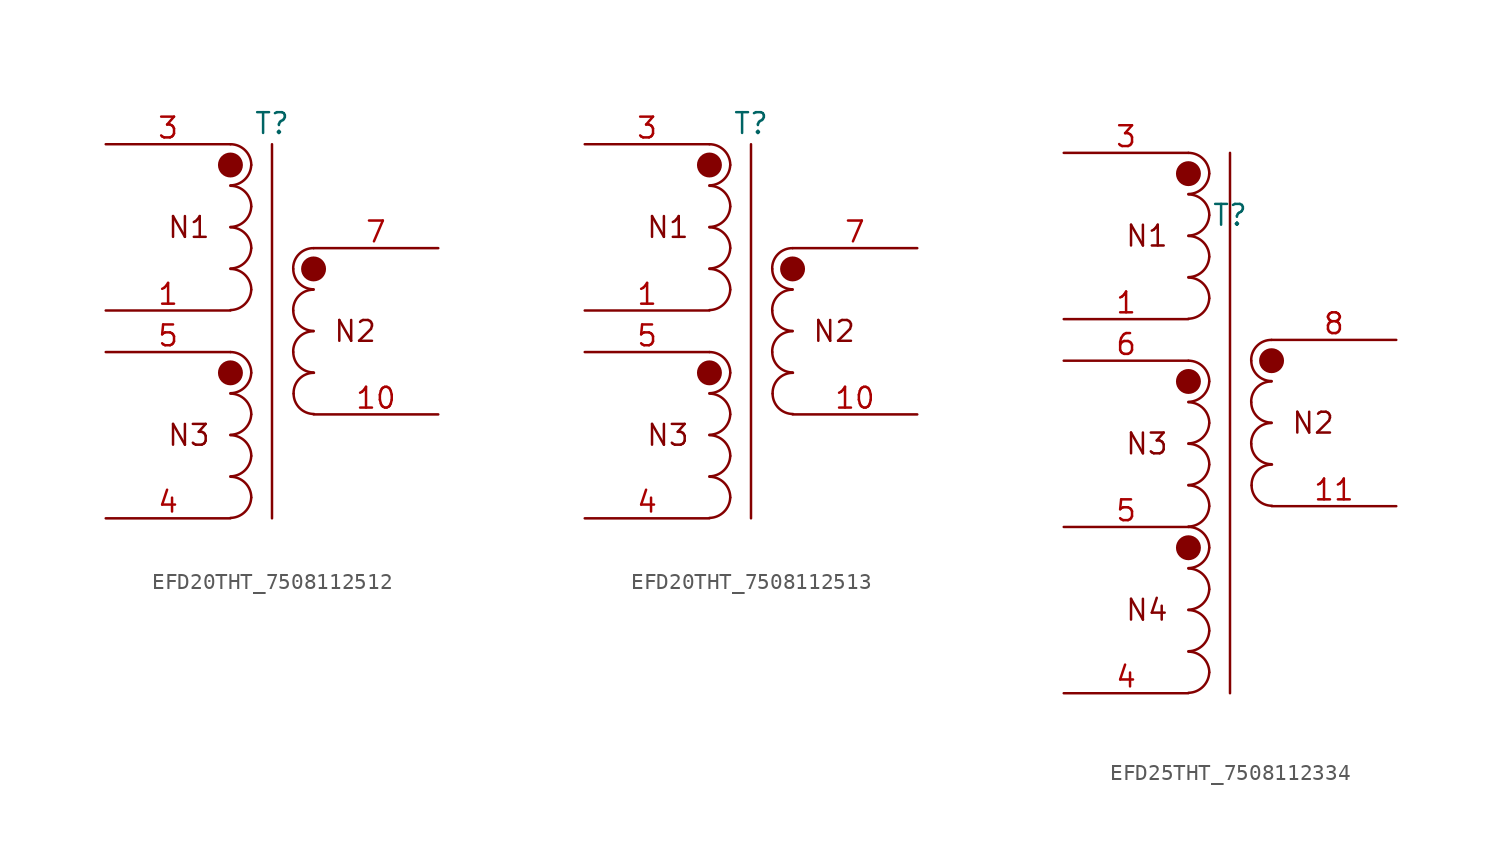
<source format=kicad_sym>
(kicad_symbol_lib
  (version 20220914)
  (generator kicad_symbol_editor)
  (symbol "EFD20THT_7508112512"
    (pin_names hide)
    (property "Reference" "T"
      (at 0 12.7 0)
      (effects (font (size 1.27 1.27))))
    (symbol "EFD20THT_7508112512_0_1"
      (arc (start -2.54 -11.4046) (mid -1.6561 -11.0363) (end -1.27 -10.16) (stroke (width 0) (type default)) (fill (type none)))
      (arc (start -2.54 -8.8646) (mid -1.6561 -8.4963) (end -1.27 -7.62) (stroke (width 0) (type default)) (fill (type none)))
      (arc (start -2.54 -6.3246) (mid -1.6561 -5.9563) (end -1.27 -5.08) (stroke (width 0) (type default)) (fill (type none)))
      (arc (start -2.54 -3.7846) (mid -1.6561 -3.4163) (end -1.27 -2.54) (stroke (width 0) (type default)) (fill (type none)))
      (arc (start -2.54 1.2954) (mid -1.6561 1.6637) (end -1.27 2.54) (stroke (width 0) (type default)) (fill (type none)))
      (arc (start -2.54 3.8354) (mid -1.6561 4.2037) (end -1.27 5.08) (stroke (width 0) (type default)) (fill (type none)))
      (arc (start -2.54 6.3754) (mid -1.6561 6.7437) (end -1.27 7.62) (stroke (width 0) (type default)) (fill (type none)))
      (arc (start -2.54 8.9154) (mid -1.6561 9.2837) (end -1.27 10.16) (stroke (width 0) (type default)) (fill (type none)))
      (arc (start -1.27 -10.16) (mid -1.642 -9.262) (end -2.54 -8.89) (stroke (width 0) (type default)) (fill (type none)))
      (arc (start -1.27 -7.62) (mid -1.642 -6.722) (end -2.54 -6.35) (stroke (width 0) (type default)) (fill (type none)))
      (arc (start -1.27 -5.08) (mid -1.642 -4.182) (end -2.54 -3.81) (stroke (width 0) (type default)) (fill (type none)))
      (arc (start -1.27 -2.54) (mid -1.642 -1.642) (end -2.54 -1.27) (stroke (width 0) (type default)) (fill (type none)))
      (arc (start -1.27 2.54) (mid -1.642 3.438) (end -2.54 3.81) (stroke (width 0) (type default)) (fill (type none)))
      (arc (start -1.27 5.08) (mid -1.642 5.978) (end -2.54 6.35) (stroke (width 0) (type default)) (fill (type none)))
      (arc (start -1.27 7.62) (mid -1.642 8.518) (end -2.54 8.89) (stroke (width 0) (type default)) (fill (type none)))
      (arc (start -1.27 10.16) (mid -1.642 11.058) (end -2.54 11.43) (stroke (width 0) (type default)) (fill (type none)))
      (polyline (pts (xy 0 11.43) (xy 0 -11.43)) (stroke (width 0) (type default)) (fill (type none)))
      (arc (start 1.2954 -1.27) (mid 1.6599 -2.1501) (end 2.54 -2.5146) (stroke (width 0) (type default)) (fill (type none)))
      (arc (start 1.2954 1.27) (mid 1.6599 0.3899) (end 2.54 0.0254) (stroke (width 0) (type default)) (fill (type none)))
      (arc (start 1.2954 3.81) (mid 1.6599 2.9299) (end 2.54 2.5654) (stroke (width 0) (type default)) (fill (type none)))
      (arc (start 1.3208 -3.81) (mid 1.6853 -4.6901) (end 2.5654 -5.0546) (stroke (width 0) (type default)) (fill (type none)))
      (arc (start 2.54 0) (mid 1.642 -0.372) (end 1.2954 -1.27) (stroke (width 0) (type default)) (fill (type none)))
      (arc (start 2.54 2.54) (mid 1.642 2.168) (end 1.2954 1.27) (stroke (width 0) (type default)) (fill (type none)))
      (arc (start 2.54 5.08) (mid 1.642 4.708) (end 1.2954 3.81) (stroke (width 0) (type default)) (fill (type none)))
      (arc (start 2.5654 -2.54) (mid 1.6674 -2.912) (end 1.3208 -3.81) (stroke (width 0) (type default)) (fill (type none))))
    (symbol "EFD20THT_7508112512_1_1"
      (circle (center -2.54 -2.54) (radius 0.0001) (stroke (width 0.762) (type default)) (fill (type none)))
      (circle (center -2.54 10.16) (radius 0.0001) (stroke (width 0.762) (type default)) (fill (type none)))
      (circle (center 2.54 3.81) (radius 0.0001) (stroke (width 0.762) (type default)) (fill (type none)))
      (text "N1" (at -5.08 6.35 0) (effects (font (size 1.27 1.27))))
      (text "N2" (at 5.08 0 0) (effects (font (size 1.27 1.27))))
      (text "N3" (at -5.08 -6.35 0) (effects (font (size 1.27 1.27))))
      (pin passive line (at -10.16 1.27 0) (length 7.62) (name "1" (effects (font (size 1.27 1.27)))) (number "1" (effects (font (size 1.27 1.27)))))
      (pin passive line (at 10.16 -5.08 180) (length 7.62) (name "10" (effects (font (size 1.27 1.27)))) (number "10" (effects (font (size 1.27 1.27)))))
      (pin passive line (at -10.16 11.43 0) (length 7.62) (name "3" (effects (font (size 1.27 1.27)))) (number "3" (effects (font (size 1.27 1.27)))))
      (pin passive line (at -10.16 -11.43 0) (length 7.62) (name "4" (effects (font (size 1.27 1.27)))) (number "4" (effects (font (size 1.27 1.27)))))
      (pin passive line (at -10.16 -1.27 0) (length 7.62) (name "5" (effects (font (size 1.27 1.27)))) (number "5" (effects (font (size 1.27 1.27)))))
      (pin passive line (at 10.16 5.08 180) (length 7.62) (name "7" (effects (font (size 1.27 1.27)))) (number "7" (effects (font (size 1.27 1.27)))))))
  (symbol "EFD20THT_7508112513"
    (pin_names hide)
    (property "Reference" "T"
      (at 0 12.7 0)
      (effects (font (size 1.27 1.27))))
    (symbol "EFD20THT_7508112513_0_1"
      (arc (start -2.54 -11.4046) (mid -1.6561 -11.0363) (end -1.27 -10.16) (stroke (width 0) (type default)) (fill (type none)))
      (arc (start -2.54 -8.8646) (mid -1.6561 -8.4963) (end -1.27 -7.62) (stroke (width 0) (type default)) (fill (type none)))
      (arc (start -2.54 -6.3246) (mid -1.6561 -5.9563) (end -1.27 -5.08) (stroke (width 0) (type default)) (fill (type none)))
      (arc (start -2.54 -3.7846) (mid -1.6561 -3.4163) (end -1.27 -2.54) (stroke (width 0) (type default)) (fill (type none)))
      (arc (start -2.54 1.2954) (mid -1.6561 1.6637) (end -1.27 2.54) (stroke (width 0) (type default)) (fill (type none)))
      (arc (start -2.54 3.8354) (mid -1.6561 4.2037) (end -1.27 5.08) (stroke (width 0) (type default)) (fill (type none)))
      (arc (start -2.54 6.3754) (mid -1.6561 6.7437) (end -1.27 7.62) (stroke (width 0) (type default)) (fill (type none)))
      (arc (start -2.54 8.9154) (mid -1.6561 9.2837) (end -1.27 10.16) (stroke (width 0) (type default)) (fill (type none)))
      (arc (start -1.27 -10.16) (mid -1.642 -9.262) (end -2.54 -8.89) (stroke (width 0) (type default)) (fill (type none)))
      (arc (start -1.27 -7.62) (mid -1.642 -6.722) (end -2.54 -6.35) (stroke (width 0) (type default)) (fill (type none)))
      (arc (start -1.27 -5.08) (mid -1.642 -4.182) (end -2.54 -3.81) (stroke (width 0) (type default)) (fill (type none)))
      (arc (start -1.27 -2.54) (mid -1.642 -1.642) (end -2.54 -1.27) (stroke (width 0) (type default)) (fill (type none)))
      (arc (start -1.27 2.54) (mid -1.642 3.438) (end -2.54 3.81) (stroke (width 0) (type default)) (fill (type none)))
      (arc (start -1.27 5.08) (mid -1.642 5.978) (end -2.54 6.35) (stroke (width 0) (type default)) (fill (type none)))
      (arc (start -1.27 7.62) (mid -1.642 8.518) (end -2.54 8.89) (stroke (width 0) (type default)) (fill (type none)))
      (arc (start -1.27 10.16) (mid -1.642 11.058) (end -2.54 11.43) (stroke (width 0) (type default)) (fill (type none)))
      (polyline (pts (xy 0 11.43) (xy 0 -11.43)) (stroke (width 0) (type default)) (fill (type none)))
      (arc (start 1.2954 -1.27) (mid 1.6599 -2.1501) (end 2.54 -2.5146) (stroke (width 0) (type default)) (fill (type none)))
      (arc (start 1.2954 1.27) (mid 1.6599 0.3899) (end 2.54 0.0254) (stroke (width 0) (type default)) (fill (type none)))
      (arc (start 1.2954 3.81) (mid 1.6599 2.9299) (end 2.54 2.5654) (stroke (width 0) (type default)) (fill (type none)))
      (arc (start 1.3208 -3.81) (mid 1.6853 -4.6901) (end 2.5654 -5.0546) (stroke (width 0) (type default)) (fill (type none)))
      (arc (start 2.54 0) (mid 1.642 -0.372) (end 1.2954 -1.27) (stroke (width 0) (type default)) (fill (type none)))
      (arc (start 2.54 2.54) (mid 1.642 2.168) (end 1.2954 1.27) (stroke (width 0) (type default)) (fill (type none)))
      (arc (start 2.54 5.08) (mid 1.642 4.708) (end 1.2954 3.81) (stroke (width 0) (type default)) (fill (type none)))
      (arc (start 2.5654 -2.54) (mid 1.6674 -2.912) (end 1.3208 -3.81) (stroke (width 0) (type default)) (fill (type none))))
    (symbol "EFD20THT_7508112513_1_1"
      (circle (center -2.54 -2.54) (radius 0.0001) (stroke (width 0.762) (type default)) (fill (type none)))
      (circle (center -2.54 10.16) (radius 0.0001) (stroke (width 0.762) (type default)) (fill (type none)))
      (circle (center 2.54 3.81) (radius 0.0001) (stroke (width 0.762) (type default)) (fill (type none)))
      (text "N1" (at -5.08 6.35 0) (effects (font (size 1.27 1.27))))
      (text "N2" (at 5.08 0 0) (effects (font (size 1.27 1.27))))
      (text "N3" (at -5.08 -6.35 0) (effects (font (size 1.27 1.27))))
      (pin passive line (at -10.16 1.27 0) (length 7.62) (name "1" (effects (font (size 1.27 1.27)))) (number "1" (effects (font (size 1.27 1.27)))))
      (pin passive line (at 10.16 -5.08 180) (length 7.62) (name "10" (effects (font (size 1.27 1.27)))) (number "10" (effects (font (size 1.27 1.27)))))
      (pin passive line (at -10.16 11.43 0) (length 7.62) (name "3" (effects (font (size 1.27 1.27)))) (number "3" (effects (font (size 1.27 1.27)))))
      (pin passive line (at -10.16 -11.43 0) (length 7.62) (name "4" (effects (font (size 1.27 1.27)))) (number "4" (effects (font (size 1.27 1.27)))))
      (pin passive line (at -10.16 -1.27 0) (length 7.62) (name "5" (effects (font (size 1.27 1.27)))) (number "5" (effects (font (size 1.27 1.27)))))
      (pin passive line (at 10.16 5.08 180) (length 7.62) (name "7" (effects (font (size 1.27 1.27)))) (number "7" (effects (font (size 1.27 1.27)))))))
  (symbol "EFD25THT_7508112334"
    (pin_names hide)
    (property "Reference" "T"
      (at 0 12.7 0)
      (effects (font (size 1.27 1.27))))
    (symbol "EFD25THT_7508112334_0_1"
      (arc (start -2.54 -16.4846) (mid -1.6561 -16.1163) (end -1.27 -15.24) (stroke (width 0) (type default)) (fill (type none)))
      (arc (start -2.54 -13.9446) (mid -1.6561 -13.5763) (end -1.27 -12.7) (stroke (width 0) (type default)) (fill (type none)))
      (arc (start -2.54 -11.4046) (mid -1.6561 -11.0363) (end -1.27 -10.16) (stroke (width 0) (type default)) (fill (type none)))
      (arc (start -2.54 -8.8646) (mid -1.6561 -8.4963) (end -1.27 -7.62) (stroke (width 0) (type default)) (fill (type none)))
      (arc (start -2.54 -6.3246) (mid -1.6561 -5.9563) (end -1.27 -5.08) (stroke (width 0) (type default)) (fill (type none)))
      (arc (start -2.54 -3.7846) (mid -1.6561 -3.4163) (end -1.27 -2.54) (stroke (width 0) (type default)) (fill (type none)))
      (arc (start -2.54 -1.2446) (mid -1.6561 -0.8763) (end -1.27 0) (stroke (width 0) (type default)) (fill (type none)))
      (arc (start -2.54 1.2954) (mid -1.6561 1.6637) (end -1.27 2.54) (stroke (width 0) (type default)) (fill (type none)))
      (arc (start -2.54 6.3754) (mid -1.6561 6.7437) (end -1.27 7.62) (stroke (width 0) (type default)) (fill (type none)))
      (arc (start -2.54 8.9154) (mid -1.6561 9.2837) (end -1.27 10.16) (stroke (width 0) (type default)) (fill (type none)))
      (arc (start -2.54 11.4554) (mid -1.6561 11.8237) (end -1.27 12.7) (stroke (width 0) (type default)) (fill (type none)))
      (arc (start -2.54 13.9954) (mid -1.6561 14.3637) (end -1.27 15.24) (stroke (width 0) (type default)) (fill (type none)))
      (arc (start -1.27 -15.24) (mid -1.642 -14.342) (end -2.54 -13.97) (stroke (width 0) (type default)) (fill (type none)))
      (arc (start -1.27 -12.7) (mid -1.642 -11.802) (end -2.54 -11.43) (stroke (width 0) (type default)) (fill (type none)))
      (arc (start -1.27 -10.16) (mid -1.642 -9.262) (end -2.54 -8.89) (stroke (width 0) (type default)) (fill (type none)))
      (arc (start -1.27 -7.62) (mid -1.642 -6.722) (end -2.54 -6.35) (stroke (width 0) (type default)) (fill (type none)))
      (arc (start -1.27 -5.08) (mid -1.642 -4.182) (end -2.54 -3.81) (stroke (width 0) (type default)) (fill (type none)))
      (arc (start -1.27 -2.54) (mid -1.642 -1.642) (end -2.54 -1.27) (stroke (width 0) (type default)) (fill (type none)))
      (arc (start -1.27 0) (mid -1.642 0.898) (end -2.54 1.27) (stroke (width 0) (type default)) (fill (type none)))
      (arc (start -1.27 2.54) (mid -1.642 3.438) (end -2.54 3.81) (stroke (width 0) (type default)) (fill (type none)))
      (arc (start -1.27 7.62) (mid -1.642 8.518) (end -2.54 8.89) (stroke (width 0) (type default)) (fill (type none)))
      (arc (start -1.27 10.16) (mid -1.642 11.058) (end -2.54 11.43) (stroke (width 0) (type default)) (fill (type none)))
      (arc (start -1.27 12.7) (mid -1.642 13.598) (end -2.54 13.97) (stroke (width 0) (type default)) (fill (type none)))
      (arc (start -1.27 15.24) (mid -1.642 16.138) (end -2.54 16.51) (stroke (width 0) (type default)) (fill (type none)))
      (polyline (pts (xy 0 16.51) (xy 0 -16.51)) (stroke (width 0) (type default)) (fill (type none)))
      (arc (start 1.2954 -1.27) (mid 1.6599 -2.1501) (end 2.54 -2.5146) (stroke (width 0) (type default)) (fill (type none)))
      (arc (start 1.2954 1.27) (mid 1.6599 0.3899) (end 2.54 0.0254) (stroke (width 0) (type default)) (fill (type none)))
      (arc (start 1.2954 3.81) (mid 1.6599 2.9299) (end 2.54 2.5654) (stroke (width 0) (type default)) (fill (type none)))
      (arc (start 1.3208 -3.81) (mid 1.6853 -4.6901) (end 2.5654 -5.0546) (stroke (width 0) (type default)) (fill (type none)))
      (arc (start 2.54 0) (mid 1.642 -0.372) (end 1.2954 -1.27) (stroke (width 0) (type default)) (fill (type none)))
      (arc (start 2.54 2.54) (mid 1.642 2.168) (end 1.2954 1.27) (stroke (width 0) (type default)) (fill (type none)))
      (arc (start 2.54 5.08) (mid 1.642 4.708) (end 1.2954 3.81) (stroke (width 0) (type default)) (fill (type none)))
      (arc (start 2.5654 -2.54) (mid 1.6674 -2.912) (end 1.3208 -3.81) (stroke (width 0) (type default)) (fill (type none))))
    (symbol "EFD25THT_7508112334_1_1"
      (circle (center -2.54 -7.62) (radius 0.0001) (stroke (width 0.762) (type default)) (fill (type none)))
      (circle (center -2.54 2.54) (radius 0.0001) (stroke (width 0.762) (type default)) (fill (type none)))
      (circle (center -2.54 15.24) (radius 0.0001) (stroke (width 0.762) (type default)) (fill (type none)))
      (circle (center 2.54 3.81) (radius 0.0001) (stroke (width 0.762) (type default)) (fill (type none)))
      (text "N1" (at -5.08 11.43 0) (effects (font (size 1.27 1.27))))
      (text "N2" (at 5.08 0 0) (effects (font (size 1.27 1.27))))
      (text "N3" (at -5.08 -1.27 0) (effects (font (size 1.27 1.27))))
      (text "N4" (at -5.08 -11.43 0) (effects (font (size 1.27 1.27))))
      (pin passive line (at -10.16 6.35 0) (length 7.62) (name "1" (effects (font (size 1.27 1.27)))) (number "1" (effects (font (size 1.27 1.27)))))
      (pin passive line (at 10.16 -5.08 180) (length 7.62) (name "11" (effects (font (size 1.27 1.27)))) (number "11" (effects (font (size 1.27 1.27)))))
      (pin passive line (at -10.16 16.51 0) (length 7.62) (name "3" (effects (font (size 1.27 1.27)))) (number "3" (effects (font (size 1.27 1.27)))))
      (pin passive line (at -10.16 -16.51 0) (length 7.62) (name "4" (effects (font (size 1.27 1.27)))) (number "4" (effects (font (size 1.27 1.27)))))
      (pin passive line (at -10.16 -6.35 0) (length 7.62) (name "5" (effects (font (size 1.27 1.27)))) (number "5" (effects (font (size 1.27 1.27)))))
      (pin passive line (at -10.16 3.81 0) (length 7.62) (name "6" (effects (font (size 1.27 1.27)))) (number "6" (effects (font (size 1.27 1.27)))))
      (pin passive line (at 10.16 5.08 180) (length 7.62) (name "8" (effects (font (size 1.27 1.27)))) (number "8" (effects (font (size 1.27 1.27))))))))
</source>
